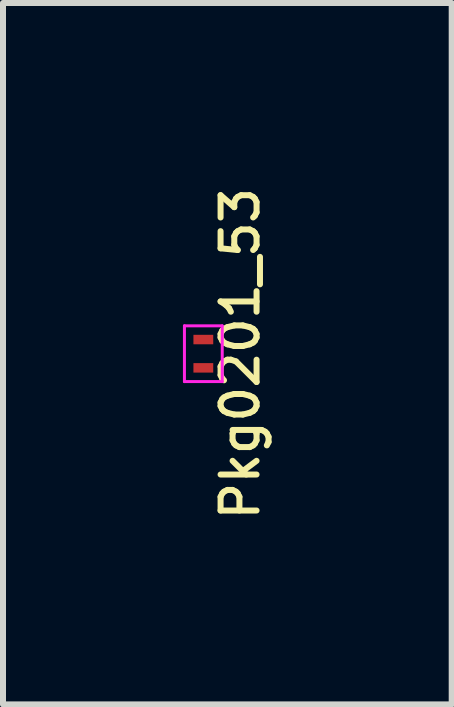
<source format=kicad_pcb>
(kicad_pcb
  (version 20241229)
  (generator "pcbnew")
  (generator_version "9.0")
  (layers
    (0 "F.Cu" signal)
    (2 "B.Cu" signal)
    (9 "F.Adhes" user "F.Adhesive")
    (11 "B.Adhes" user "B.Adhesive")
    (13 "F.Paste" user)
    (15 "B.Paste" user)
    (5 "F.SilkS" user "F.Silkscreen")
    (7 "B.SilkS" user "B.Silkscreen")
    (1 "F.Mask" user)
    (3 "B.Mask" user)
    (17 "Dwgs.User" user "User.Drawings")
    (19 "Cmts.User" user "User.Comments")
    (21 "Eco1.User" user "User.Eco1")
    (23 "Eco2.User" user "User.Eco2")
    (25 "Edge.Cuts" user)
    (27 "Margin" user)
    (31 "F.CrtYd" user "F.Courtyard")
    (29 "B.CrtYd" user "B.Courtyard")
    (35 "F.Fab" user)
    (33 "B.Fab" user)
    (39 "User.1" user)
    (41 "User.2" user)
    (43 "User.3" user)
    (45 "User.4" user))
  (footprint "Pkg0201_53"
    (layer "F.Cu")
    (at 0.34 2.847)
    (property "Reference" "Pkg0201_53" (at 0.615 0 90) (layer "F.SilkS") (effects (font (size 0.6 0.6) (thickness 0.1))))
    (fp_line (start -0.315 -0.465) (end -0.315 0.465) (stroke (width 0.05) (type solid)) (layer "F.CrtYd"))
    (fp_line (start -0.315 0.465) (end 0.315 0.465) (stroke (width 0.05) (type solid)) (layer "F.CrtYd"))
    (fp_line (start 0.315 -0.465) (end -0.315 -0.465) (stroke (width 0.05) (type solid)) (layer "F.CrtYd"))
    (fp_line (start 0.315 0.465) (end 0.315 -0.465) (stroke (width 0.05) (type solid)) (layer "F.CrtYd"))
    (pad "1" smd rect (at 0 -0.236) (size 0.33 0.158) (layers "F.Cu" "F.Mask" "F.Paste"))
    (pad "2" smd rect (at 0 0.236) (size 0.33 0.158) (layers "F.Cu" "F.Mask" "F.Paste")))
  (gr_rect
    (start -3 -3)
    (end 4.481 8.694)
    (stroke (width 0.1) (type default))
    (fill no)
    (layer "Edge.Cuts")))
</source>
